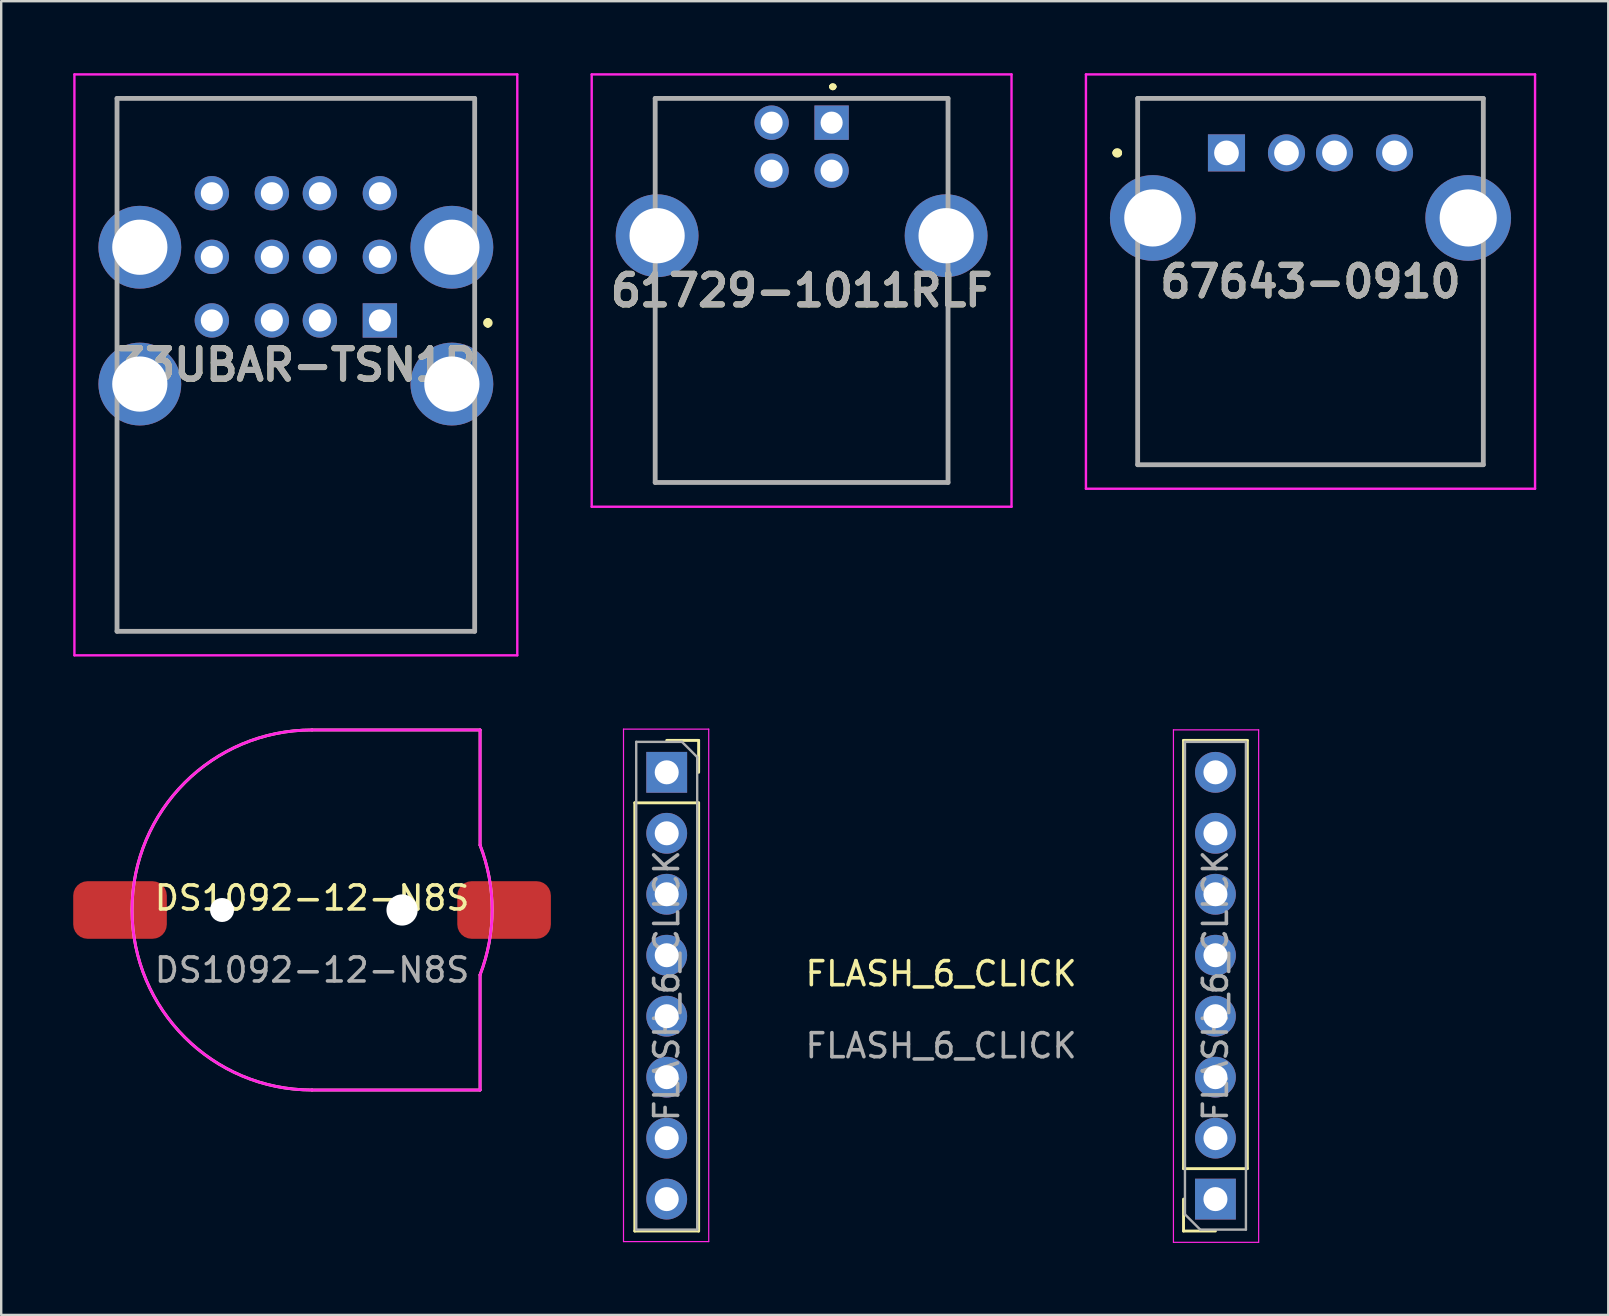
<source format=kicad_pcb>
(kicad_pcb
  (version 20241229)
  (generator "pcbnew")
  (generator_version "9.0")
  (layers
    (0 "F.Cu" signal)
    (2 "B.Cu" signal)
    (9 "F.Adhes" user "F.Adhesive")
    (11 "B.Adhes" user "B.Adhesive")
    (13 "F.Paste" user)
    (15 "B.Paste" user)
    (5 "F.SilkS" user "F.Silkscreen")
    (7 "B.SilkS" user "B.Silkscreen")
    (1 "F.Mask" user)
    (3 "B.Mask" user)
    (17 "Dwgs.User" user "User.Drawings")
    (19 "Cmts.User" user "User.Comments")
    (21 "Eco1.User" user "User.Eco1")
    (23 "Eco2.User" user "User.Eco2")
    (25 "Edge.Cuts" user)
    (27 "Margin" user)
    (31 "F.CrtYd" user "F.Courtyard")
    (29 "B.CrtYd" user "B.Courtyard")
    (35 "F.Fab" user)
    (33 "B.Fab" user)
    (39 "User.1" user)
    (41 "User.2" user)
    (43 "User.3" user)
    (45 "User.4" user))
  (footprint "DS1092-12-N8S"
    (layer "F.Cu")
    (at 9.95 34.86)
    (property "Reference" "DS1092-12-N8S" (at 0 -0.5 0) (unlocked yes) (layer "F.SilkS") (effects (font (size 1 1) (thickness 0.15))))
    (attr smd)
    (fp_line (start 0 -7.5) (end 7 -7.5) (stroke (width 0.12) (type solid)) (layer "F.SilkS"))
    (fp_line (start 7 -7.5) (end 7 -2.7) (stroke (width 0.12) (type default)) (layer "F.SilkS"))
    (fp_line (start 7 7.5) (end 0 7.5) (stroke (width 0.12) (type solid)) (layer "F.SilkS"))
    (fp_line (start 7 7.5) (end 7 2.7) (stroke (width 0.12) (type default)) (layer "F.SilkS"))
    (fp_arc (start 0 7.5) (mid -7.5 0) (end 0 -7.5) (stroke (width 0.12) (type default)) (layer "F.SilkS"))
    (fp_arc (start 7 -2.7) (mid 7.502666 0) (end 7 2.7) (stroke (width 0.12) (type default)) (layer "F.SilkS"))
    (fp_line (start 0 -7.5) (end 7 -7.5) (stroke (width 0.12) (type solid)) (layer "F.CrtYd"))
    (fp_line (start 7 -7.5) (end 7 -2.7) (stroke (width 0.12) (type default)) (layer "F.CrtYd"))
    (fp_line (start 7 7.5) (end 0 7.5) (stroke (width 0.12) (type solid)) (layer "F.CrtYd"))
    (fp_line (start 7 7.5) (end 7 2.7) (stroke (width 0.12) (type default)) (layer "F.CrtYd"))
    (fp_arc (start 0 7.5) (mid -7.5 0) (end 0 -7.5) (stroke (width 0.12) (type default)) (layer "F.CrtYd"))
    (fp_arc (start 7 -2.7) (mid 7.502666 0) (end 7 2.7) (stroke (width 0.12) (type default)) (layer "F.CrtYd"))
    (fp_text user "${REFERENCE}" (at 0 2.5 0) (unlocked yes) (layer "F.Fab") (effects (font (size 1 1) (thickness 0.15))))
    (pad "" np_thru_hole circle (at -3.75 0) (size 1 1) (drill 1) (layers "*.Cu" "*.Mask"))
    (pad "" np_thru_hole circle (at 3.75 0) (size 1.3 1.3) (drill 1.3) (layers "*.Cu" "*.Mask"))
    (pad "1" smd roundrect (at 8 0) (size 3.9 2.4) (layers "F.Cu" "F.Mask" "F.Paste") (roundrect_rratio 0.25))
    (pad "2" smd roundrect (at -8 0) (size 3.9 2.4) (layers "F.Cu" "F.Mask" "F.Paste") (roundrect_rratio 0.25)))
  (footprint "33UBAR-TSN1R"
    (layer "F.Cu")
    (at 12.775 10.3)
    (property "Reference" "33UBAR-TSN1R" (at -3.5 1.85 0) (layer "F.SilkS") (effects (font (size 1.27 1.27) (thickness 0.254))))
    (attr through_hole)
    (fp_line (start -10.95 -9.25) (end 3.95 -9.25) (stroke (width 0.1) (type solid)) (layer "F.SilkS"))
    (fp_line (start -10.95 -5) (end -10.95 -9.25) (stroke (width 0.1) (type solid)) (layer "F.SilkS"))
    (fp_line (start -10.95 0.5) (end -10.95 -1) (stroke (width 0.1) (type solid)) (layer "F.SilkS"))
    (fp_line (start -10.95 4.5) (end -10.95 12.95) (stroke (width 0.1) (type solid)) (layer "F.SilkS"))
    (fp_line (start -10.95 12.95) (end 3.95 12.95) (stroke (width 0.1) (type solid)) (layer "F.SilkS"))
    (fp_line (start 3.95 -9.25) (end 3.95 -5) (stroke (width 0.1) (type solid)) (layer "F.SilkS"))
    (fp_line (start 3.95 0.5) (end 3.95 -1) (stroke (width 0.1) (type solid)) (layer "F.SilkS"))
    (fp_line (start 3.95 12.95) (end 3.95 4.5) (stroke (width 0.1) (type solid)) (layer "F.SilkS"))
    (fp_line (start 4.5 0) (end 4.5 0) (stroke (width 0.2) (type solid)) (layer "F.SilkS"))
    (fp_line (start 4.5 0.2) (end 4.5 0.2) (stroke (width 0.2) (type solid)) (layer "F.SilkS"))
    (fp_arc (start 4.5 0) (mid 4.6 0.1) (end 4.5 0.2) (stroke (width 0.2) (type solid)) (layer "F.SilkS"))
    (fp_arc (start 4.5 0.2) (mid 4.4 0.1) (end 4.5 0) (stroke (width 0.2) (type solid)) (layer "F.SilkS"))
    (fp_line (start -12.725 -10.25) (end -12.725 13.95) (stroke (width 0.1) (type solid)) (layer "F.CrtYd"))
    (fp_line (start -12.725 13.95) (end 5.725 13.95) (stroke (width 0.1) (type solid)) (layer "F.CrtYd"))
    (fp_line (start 5.725 -10.25) (end -12.725 -10.25) (stroke (width 0.1) (type solid)) (layer "F.CrtYd"))
    (fp_line (start 5.725 13.95) (end 5.725 -10.25) (stroke (width 0.1) (type solid)) (layer "F.CrtYd"))
    (fp_line (start -10.95 -9.25) (end -10.95 12.95) (stroke (width 0.2) (type solid)) (layer "F.Fab"))
    (fp_line (start -10.95 12.95) (end 3.95 12.95) (stroke (width 0.2) (type solid)) (layer "F.Fab"))
    (fp_line (start 3.95 -9.25) (end -10.95 -9.25) (stroke (width 0.2) (type solid)) (layer "F.Fab"))
    (fp_line (start 3.95 12.95) (end 3.95 -9.25) (stroke (width 0.2) (type solid)) (layer "F.Fab"))
    (fp_text user "${REFERENCE}" (at -3.5 1.85 0) (layer "F.Fab") (effects (font (size 1.27 1.27) (thickness 0.254))))
    (pad "0" thru_hole circle (at -10 -3.05) (size 3.45 3.45) (drill 2.3) (layers "*.Cu" "*.Mask"))
    (pad "0" thru_hole circle (at -10 2.65) (size 3.45 3.45) (drill 2.3) (layers "*.Cu" "*.Mask"))
    (pad "0" thru_hole circle (at 3 -3.05) (size 3.45 3.45) (drill 2.3) (layers "*.Cu" "*.Mask"))
    (pad "0" thru_hole circle (at 3 2.65) (size 3.45 3.45) (drill 2.3) (layers "*.Cu" "*.Mask"))
    (pad "1" thru_hole rect (at 0 0) (size 1.431 1.431) (drill 0.92) (layers "*.Cu" "*.Mask"))
    (pad "2" thru_hole circle (at -2.5 0) (size 1.431 1.431) (drill 0.92) (layers "*.Cu" "*.Mask"))
    (pad "3" thru_hole circle (at -4.5 0) (size 1.431 1.431) (drill 0.92) (layers "*.Cu" "*.Mask"))
    (pad "4" thru_hole circle (at -7 0) (size 1.431 1.431) (drill 0.92) (layers "*.Cu" "*.Mask"))
    (pad "5" thru_hole circle (at 0 -2.65) (size 1.431 1.431) (drill 0.92) (layers "*.Cu" "*.Mask"))
    (pad "6" thru_hole circle (at -2.5 -2.65) (size 1.431 1.431) (drill 0.92) (layers "*.Cu" "*.Mask"))
    (pad "7" thru_hole circle (at -4.5 -2.65) (size 1.431 1.431) (drill 0.92) (layers "*.Cu" "*.Mask"))
    (pad "8" thru_hole circle (at -7 -2.65) (size 1.431 1.431) (drill 0.92) (layers "*.Cu" "*.Mask"))
    (pad "9" thru_hole circle (at 0 -5.3) (size 1.431 1.431) (drill 0.92) (layers "*.Cu" "*.Mask"))
    (pad "10" thru_hole circle (at -2.5 -5.3) (size 1.431 1.431) (drill 0.92) (layers "*.Cu" "*.Mask"))
    (pad "11" thru_hole circle (at -4.5 -5.3) (size 1.431 1.431) (drill 0.92) (layers "*.Cu" "*.Mask"))
    (pad "12" thru_hole circle (at -7 -5.3) (size 1.431 1.431) (drill 0.92) (layers "*.Cu" "*.Mask")))
  (footprint "FLASH_6_CLICK"
    (layer "F.Cu")
    (at 36.155 38.015)
    (property "Reference" "FLASH_6_CLICK" (at 0 -0.5 0) (unlocked yes) (layer "F.SilkS") (effects (font (size 1 1) (thickness 0.15))))
    (attr through_hole)
    (fp_line (start -12.76 -7.62) (end -12.76 10.22) (stroke (width 0.12) (type solid)) (layer "F.SilkS"))
    (fp_line (start -12.76 -7.62) (end -10.1 -7.62) (stroke (width 0.12) (type solid)) (layer "F.SilkS"))
    (fp_line (start -12.76 10.22) (end -10.1 10.22) (stroke (width 0.12) (type solid)) (layer "F.SilkS"))
    (fp_line (start -11.43 -10.22) (end -10.1 -10.22) (stroke (width 0.12) (type solid)) (layer "F.SilkS"))
    (fp_line (start -10.1 -10.22) (end -10.1 -8.89) (stroke (width 0.12) (type solid)) (layer "F.SilkS"))
    (fp_line (start -10.1 -7.62) (end -10.1 10.22) (stroke (width 0.12) (type solid)) (layer "F.SilkS"))
    (fp_line (start 10.1 7.62) (end 10.1 -10.22) (stroke (width 0.12) (type solid)) (layer "F.SilkS"))
    (fp_line (start 10.1 10.22) (end 10.1 8.89) (stroke (width 0.12) (type solid)) (layer "F.SilkS"))
    (fp_line (start 11.43 10.22) (end 10.1 10.22) (stroke (width 0.12) (type solid)) (layer "F.SilkS"))
    (fp_line (start 12.76 -10.22) (end 10.1 -10.22) (stroke (width 0.12) (type solid)) (layer "F.SilkS"))
    (fp_line (start 12.76 7.62) (end 10.1 7.62) (stroke (width 0.12) (type solid)) (layer "F.SilkS"))
    (fp_line (start 12.76 7.62) (end 12.76 -10.22) (stroke (width 0.12) (type solid)) (layer "F.SilkS"))
    (fp_line (start -13.23 -10.69) (end -9.68 -10.69) (stroke (width 0.05) (type solid)) (layer "F.CrtYd"))
    (fp_line (start -13.23 10.66) (end -13.23 -10.69) (stroke (width 0.05) (type solid)) (layer "F.CrtYd"))
    (fp_line (start -9.68 -10.69) (end -9.68 10.66) (stroke (width 0.05) (type solid)) (layer "F.CrtYd"))
    (fp_line (start -9.68 10.66) (end -13.23 10.66) (stroke (width 0.05) (type solid)) (layer "F.CrtYd"))
    (fp_line (start 9.68 -10.66) (end 13.23 -10.66) (stroke (width 0.05) (type solid)) (layer "F.CrtYd"))
    (fp_line (start 9.68 10.69) (end 9.68 -10.66) (stroke (width 0.05) (type solid)) (layer "F.CrtYd"))
    (fp_line (start 13.23 -10.66) (end 13.23 10.69) (stroke (width 0.05) (type solid)) (layer "F.CrtYd"))
    (fp_line (start 13.23 10.69) (end 9.68 10.69) (stroke (width 0.05) (type solid)) (layer "F.CrtYd"))
    (fp_line (start -12.7 -10.16) (end -10.795 -10.16) (stroke (width 0.1) (type solid)) (layer "F.Fab"))
    (fp_line (start -12.7 10.16) (end -12.7 -10.16) (stroke (width 0.1) (type solid)) (layer "F.Fab"))
    (fp_line (start -10.795 -10.16) (end -10.16 -9.525) (stroke (width 0.1) (type solid)) (layer "F.Fab"))
    (fp_line (start -10.16 -9.525) (end -10.16 10.16) (stroke (width 0.1) (type solid)) (layer "F.Fab"))
    (fp_line (start -10.16 10.16) (end -12.7 10.16) (stroke (width 0.1) (type solid)) (layer "F.Fab"))
    (fp_line (start 10.16 -10.16) (end 12.7 -10.16) (stroke (width 0.1) (type solid)) (layer "F.Fab"))
    (fp_line (start 10.16 9.525) (end 10.16 -10.16) (stroke (width 0.1) (type solid)) (layer "F.Fab"))
    (fp_line (start 10.795 10.16) (end 10.16 9.525) (stroke (width 0.1) (type solid)) (layer "F.Fab"))
    (fp_line (start 12.7 -10.16) (end 12.7 10.16) (stroke (width 0.1) (type solid)) (layer "F.Fab"))
    (fp_line (start 12.7 10.16) (end 10.795 10.16) (stroke (width 0.1) (type solid)) (layer "F.Fab"))
    (fp_text user "${REFERENCE}" (at 11.43 0 270) (layer "F.Fab") (effects (font (size 1 1) (thickness 0.15))))
    (fp_text user "${REFERENCE}" (at -11.43 0 90) (layer "F.Fab") (effects (font (size 1 1) (thickness 0.15))))
    (fp_text user "${REFERENCE}" (at 0 2.5 0) (unlocked yes) (layer "F.Fab") (effects (font (size 1 1) (thickness 0.15))))
    (pad "1" thru_hole rect (at -11.43 -8.89) (size 1.7 1.7) (drill 1) (layers "*.Cu" "*.Mask"))
    (pad "2" thru_hole oval (at -11.43 -6.35) (size 1.7 1.7) (drill 1) (layers "*.Cu" "*.Mask"))
    (pad "3" thru_hole oval (at -11.43 -3.81) (size 1.7 1.7) (drill 1) (layers "*.Cu" "*.Mask"))
    (pad "4" thru_hole oval (at -11.43 -1.27) (size 1.7 1.7) (drill 1) (layers "*.Cu" "*.Mask"))
    (pad "5" thru_hole oval (at -11.43 1.27) (size 1.7 1.7) (drill 1) (layers "*.Cu" "*.Mask"))
    (pad "6" thru_hole oval (at -11.43 3.81) (size 1.7 1.7) (drill 1) (layers "*.Cu" "*.Mask"))
    (pad "7" thru_hole oval (at -11.43 6.35) (size 1.7 1.7) (drill 1) (layers "*.Cu" "*.Mask"))
    (pad "8" thru_hole oval (at -11.43 8.89) (size 1.7 1.7) (drill 1) (layers "*.Cu" "*.Mask"))
    (pad "9" thru_hole rect (at 11.43 8.89 180) (size 1.7 1.7) (drill 1) (layers "*.Cu" "*.Mask"))
    (pad "10" thru_hole oval (at 11.43 6.35 180) (size 1.7 1.7) (drill 1) (layers "*.Cu" "*.Mask"))
    (pad "11" thru_hole oval (at 11.43 3.81 180) (size 1.7 1.7) (drill 1) (layers "*.Cu" "*.Mask"))
    (pad "12" thru_hole oval (at 11.43 1.27 180) (size 1.7 1.7) (drill 1) (layers "*.Cu" "*.Mask"))
    (pad "13" thru_hole oval (at 11.43 -1.27 180) (size 1.7 1.7) (drill 1) (layers "*.Cu" "*.Mask"))
    (pad "14" thru_hole oval (at 11.43 -3.81 180) (size 1.7 1.7) (drill 1) (layers "*.Cu" "*.Mask"))
    (pad "15" thru_hole oval (at 11.43 -6.35 180) (size 1.7 1.7) (drill 1) (layers "*.Cu" "*.Mask"))
    (pad "16" thru_hole oval (at 11.43 -8.89 180) (size 1.7 1.7) (drill 1) (layers "*.Cu" "*.Mask")))
  (footprint "61729-1011RLF"
    (layer "F.Cu")
    (at 31.595 2.06)
    (property "Reference" "61729-1011RLF" (at -1.25 6.995 0) (layer "F.SilkS") (effects (font (size 1.27 1.27) (thickness 0.254))))
    (fp_line (start -7.35 -1.01) (end -7.35 -1.01) (stroke (width 0.1) (type solid)) (layer "F.SilkS"))
    (fp_line (start -7.35 -1.01) (end -7.35 -1) (stroke (width 0.1) (type solid)) (layer "F.SilkS"))
    (fp_line (start -7.35 -1.01) (end -7.35 2.25) (stroke (width 0.1) (type solid)) (layer "F.SilkS"))
    (fp_line (start -7.35 -1) (end -3.5 -1) (stroke (width 0.1) (type solid)) (layer "F.SilkS"))
    (fp_line (start -7.35 2.25) (end -7.35 -1.01) (stroke (width 0.1) (type solid)) (layer "F.SilkS"))
    (fp_line (start -7.35 2.25) (end -7.35 2.25) (stroke (width 0.1) (type solid)) (layer "F.SilkS"))
    (fp_line (start -7.35 7) (end -7.35 7) (stroke (width 0.1) (type solid)) (layer "F.SilkS"))
    (fp_line (start -7.35 7) (end -7.35 15) (stroke (width 0.1) (type solid)) (layer "F.SilkS"))
    (fp_line (start -7.35 14.99) (end -7.35 14.99) (stroke (width 0.1) (type solid)) (layer "F.SilkS"))
    (fp_line (start -7.35 14.99) (end 4.85 14.99) (stroke (width 0.1) (type solid)) (layer "F.SilkS"))
    (fp_line (start -7.35 15) (end -7.35 7) (stroke (width 0.1) (type solid)) (layer "F.SilkS"))
    (fp_line (start -7.35 15) (end -7.35 15) (stroke (width 0.1) (type solid)) (layer "F.SilkS"))
    (fp_line (start -3.5 -1.01) (end -7.35 -1.01) (stroke (width 0.1) (type solid)) (layer "F.SilkS"))
    (fp_line (start -3.5 -1) (end -3.5 -1.01) (stroke (width 0.1) (type solid)) (layer "F.SilkS"))
    (fp_line (start 0 -1.5) (end 0 -1.5) (stroke (width 0.2) (type solid)) (layer "F.SilkS"))
    (fp_line (start 0 -1.5) (end 0 -1.5) (stroke (width 0.2) (type solid)) (layer "F.SilkS"))
    (fp_line (start 0.1 -1.5) (end 0.1 -1.5) (stroke (width 0.2) (type solid)) (layer "F.SilkS"))
    (fp_line (start 1 -1) (end 1 -1) (stroke (width 0.1) (type solid)) (layer "F.SilkS"))
    (fp_line (start 1 -1) (end 4.85 -1) (stroke (width 0.1) (type solid)) (layer "F.SilkS"))
    (fp_line (start 4.85 -1) (end 1 -1) (stroke (width 0.1) (type solid)) (layer "F.SilkS"))
    (fp_line (start 4.85 -1) (end 4.85 -1) (stroke (width 0.1) (type solid)) (layer "F.SilkS"))
    (fp_line (start 4.85 -1) (end 4.85 -1) (stroke (width 0.1) (type solid)) (layer "F.SilkS"))
    (fp_line (start 4.85 -1) (end 4.85 2.25) (stroke (width 0.1) (type solid)) (layer "F.SilkS"))
    (fp_line (start 4.85 2.25) (end 4.85 -1) (stroke (width 0.1) (type solid)) (layer "F.SilkS"))
    (fp_line (start 4.85 2.25) (end 4.85 2.25) (stroke (width 0.1) (type solid)) (layer "F.SilkS"))
    (fp_line (start 4.85 7) (end 4.85 7) (stroke (width 0.1) (type solid)) (layer "F.SilkS"))
    (fp_line (start 4.85 7) (end 4.85 14.99) (stroke (width 0.1) (type solid)) (layer "F.SilkS"))
    (fp_line (start 4.85 14.99) (end -7.35 14.99) (stroke (width 0.1) (type solid)) (layer "F.SilkS"))
    (fp_line (start 4.85 14.99) (end 4.85 7) (stroke (width 0.1) (type solid)) (layer "F.SilkS"))
    (fp_line (start 4.85 14.99) (end 4.85 14.99) (stroke (width 0.1) (type solid)) (layer "F.SilkS"))
    (fp_line (start 4.85 14.99) (end 4.85 14.99) (stroke (width 0.1) (type solid)) (layer "F.SilkS"))
    (fp_arc (start 0 -1.5) (mid 0.05 -1.55) (end 0.1 -1.5) (stroke (width 0.2) (type solid)) (layer "F.SilkS"))
    (fp_arc (start 0.1 -1.5) (mid 0.05 -1.45) (end 0 -1.5) (stroke (width 0.2) (type solid)) (layer "F.SilkS"))
    (fp_arc (start 0.1 -1.5) (mid 0.05 -1.45) (end 0 -1.5) (stroke (width 0.2) (type solid)) (layer "F.SilkS"))
    (fp_line (start -9.995 -2.01) (end 7.495 -2.01) (stroke (width 0.1) (type solid)) (layer "F.CrtYd"))
    (fp_line (start -9.995 16) (end -9.995 -2.01) (stroke (width 0.1) (type solid)) (layer "F.CrtYd"))
    (fp_line (start 7.495 -2.01) (end 7.495 16) (stroke (width 0.1) (type solid)) (layer "F.CrtYd"))
    (fp_line (start 7.495 16) (end -9.995 16) (stroke (width 0.1) (type solid)) (layer "F.CrtYd"))
    (fp_line (start -7.35 -1.01) (end -7.35 14.99) (stroke (width 0.2) (type solid)) (layer "F.Fab"))
    (fp_line (start -7.35 14.99) (end 4.85 14.99) (stroke (width 0.2) (type solid)) (layer "F.Fab"))
    (fp_line (start 4.85 -1.01) (end -7.35 -1.01) (stroke (width 0.2) (type solid)) (layer "F.Fab"))
    (fp_line (start 4.85 14.99) (end 4.85 -1.01) (stroke (width 0.2) (type solid)) (layer "F.Fab"))
    (fp_text user "${REFERENCE}" (at -1.25 6.995 0) (layer "F.Fab") (effects (font (size 1.27 1.27) (thickness 0.254))))
    (pad "1" thru_hole rect (at 0 0) (size 1.431 1.431) (drill 0.92) (layers "*.Cu" "*.Mask"))
    (pad "2" thru_hole circle (at -2.5 0) (size 1.431 1.431) (drill 0.92) (layers "*.Cu" "*.Mask"))
    (pad "3" thru_hole circle (at -2.5 2) (size 1.431 1.431) (drill 0.92) (layers "*.Cu" "*.Mask"))
    (pad "4" thru_hole circle (at 0 2) (size 1.431 1.431) (drill 0.92) (layers "*.Cu" "*.Mask"))
    (pad "5" thru_hole circle (at -7.27 4.71) (size 3.45 3.45) (drill 2.3) (layers "*.Cu" "*.Mask"))
    (pad "5" thru_hole circle (at 4.77 4.71) (size 3.45 3.45) (drill 2.3) (layers "*.Cu" "*.Mask")))
  (footprint "67643-0910"
    (layer "F.Cu")
    (at 48.045 3.32)
    (property "Reference" "67643-0910" (at 3.5 5.36 0) (layer "F.SilkS") (effects (font (size 1.27 1.27) (thickness 0.254))))
    (attr through_hole)
    (fp_line (start -4.6 0) (end -4.6 0) (stroke (width 0.3) (type solid)) (layer "F.SilkS"))
    (fp_line (start -4.5 0) (end -4.5 0) (stroke (width 0.3) (type solid)) (layer "F.SilkS"))
    (fp_line (start -3.7 -2.27) (end 10.7 -2.27) (stroke (width 0.1) (type solid)) (layer "F.SilkS"))
    (fp_line (start -3.7 0.5) (end -3.7 -2.27) (stroke (width 0.1) (type solid)) (layer "F.SilkS"))
    (fp_line (start -3.7 5) (end -3.7 12.99) (stroke (width 0.1) (type solid)) (layer "F.SilkS"))
    (fp_line (start -3.7 12.99) (end 10.7 12.99) (stroke (width 0.1) (type solid)) (layer "F.SilkS"))
    (fp_line (start 10.7 -2.27) (end 10.7 0.5) (stroke (width 0.1) (type solid)) (layer "F.SilkS"))
    (fp_line (start 10.7 12.99) (end 10.7 5) (stroke (width 0.1) (type solid)) (layer "F.SilkS"))
    (fp_arc (start -4.6 0) (mid -4.55 -0.05) (end -4.5 0) (stroke (width 0.3) (type solid)) (layer "F.SilkS"))
    (fp_arc (start -4.5 0) (mid -4.55 0.05) (end -4.6 0) (stroke (width 0.3) (type solid)) (layer "F.SilkS"))
    (fp_line (start -5.855 -3.27) (end 12.855 -3.27) (stroke (width 0.1) (type solid)) (layer "F.CrtYd"))
    (fp_line (start -5.855 13.99) (end -5.855 -3.27) (stroke (width 0.1) (type solid)) (layer "F.CrtYd"))
    (fp_line (start 12.855 -3.27) (end 12.855 13.99) (stroke (width 0.1) (type solid)) (layer "F.CrtYd"))
    (fp_line (start 12.855 13.99) (end -5.855 13.99) (stroke (width 0.1) (type solid)) (layer "F.CrtYd"))
    (fp_line (start -3.7 -2.27) (end 10.7 -2.27) (stroke (width 0.2) (type solid)) (layer "F.Fab"))
    (fp_line (start -3.7 12.99) (end -3.7 -2.27) (stroke (width 0.2) (type solid)) (layer "F.Fab"))
    (fp_line (start 10.7 -2.27) (end 10.7 12.99) (stroke (width 0.2) (type solid)) (layer "F.Fab"))
    (fp_line (start 10.7 12.99) (end -3.7 12.99) (stroke (width 0.2) (type solid)) (layer "F.Fab"))
    (fp_text user "${REFERENCE}" (at 3.5 5.36 0) (layer "F.Fab") (effects (font (size 1.27 1.27) (thickness 0.254))))
    (pad "1" thru_hole rect (at 0 0) (size 1.545 1.545) (drill 1.03) (layers "*.Cu" "*.Mask"))
    (pad "2" thru_hole circle (at 2.5 0) (size 1.545 1.545) (drill 1.03) (layers "*.Cu" "*.Mask"))
    (pad "3" thru_hole circle (at 4.5 0) (size 1.545 1.545) (drill 1.03) (layers "*.Cu" "*.Mask"))
    (pad "4" thru_hole circle (at 7 0) (size 1.545 1.545) (drill 1.03) (layers "*.Cu" "*.Mask"))
    (pad "5" thru_hole circle (at -3.07 2.71) (size 3.57 3.57) (drill 2.38) (layers "*.Cu" "*.Mask"))
    (pad "5" thru_hole circle (at 10.07 2.71) (size 3.57 3.57) (drill 2.38) (layers "*.Cu" "*.Mask")))
  (gr_rect
    (start -3 -3)
    (end 63.95 51.73)
    (stroke (width 0.1) (type default))
    (fill no)
    (layer "Edge.Cuts")))
</source>
